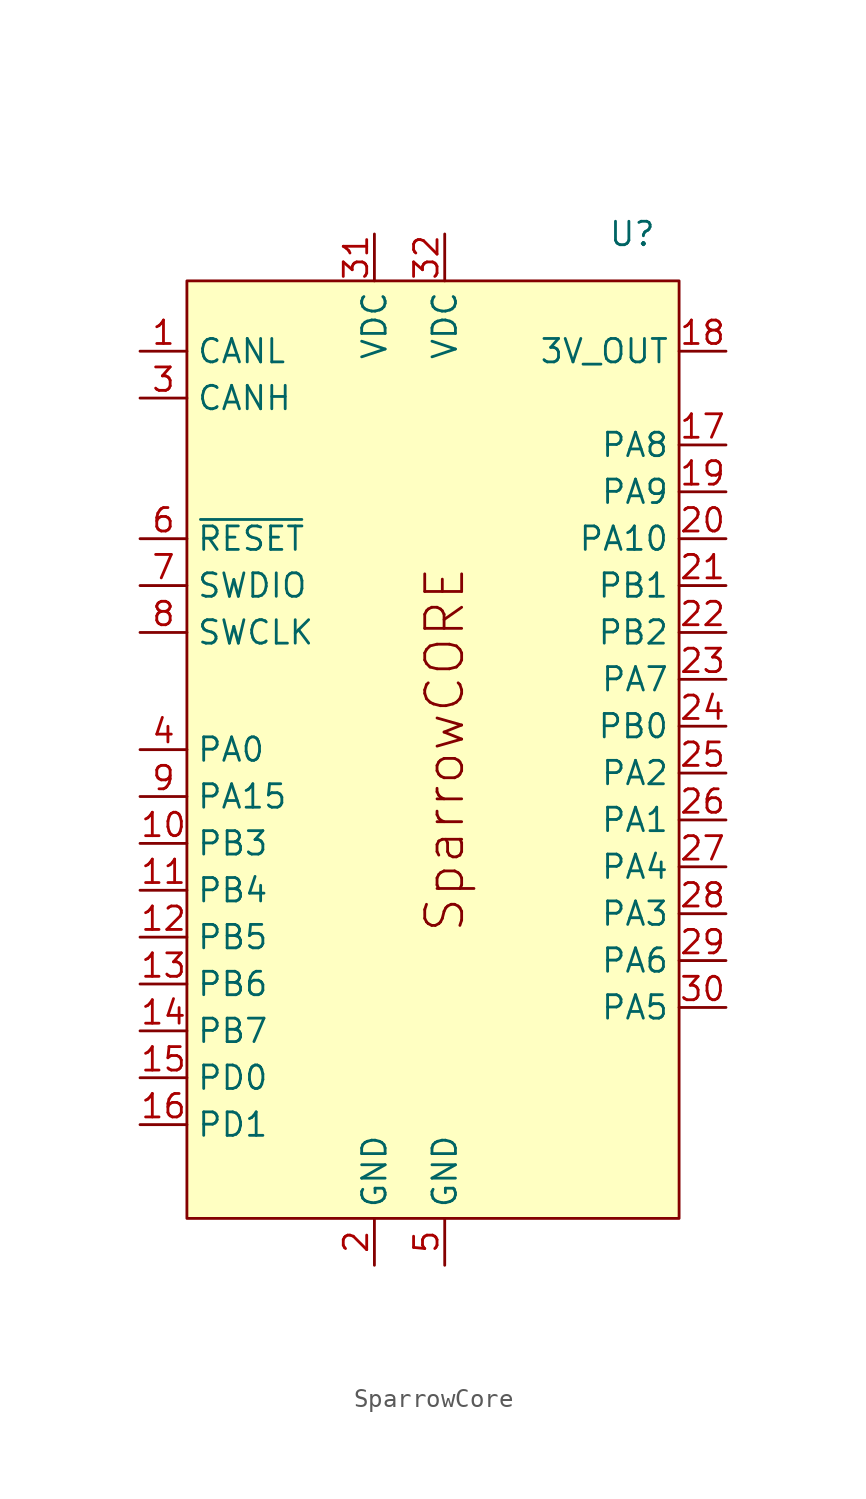
<source format=kicad_sym>
(kicad_symbol_lib
  (version 20220914)
  (generator kicad_symbol_editor)
  (symbol "SparrowCore"
    (property "Reference" "U"
      (at 10.16 2.54 0)
      (effects (font (size 1.27 1.27))))
    (property "Value" ""
      (at -5.08 5.08 0)
      (effects (font (size 1.27 1.27))))
    (symbol "SparrowCore_1_1"
      (rectangle (start -13.97 0) (end 12.7 -50.8) (stroke (width 0) (type default)) (fill (type background)))
      (text "SparrowCORE" (at 0 -25.4 900) (effects (font (size 2 2) (color 132 0 0 1))))
      (pin bidirectional line (at -16.51 -3.81 0) (length 2.54) (name "CANL" (effects (font (size 1.27 1.27)))) (number "1" (effects (font (size 1.27 1.27)))))
      (pin bidirectional line (at -16.51 -30.48 0) (length 2.54) (name "PB3" (effects (font (size 1.27 1.27)))) (number "10" (effects (font (size 1.27 1.27)))))
      (pin bidirectional line (at -16.51 -33.02 0) (length 2.54) (name "PB4" (effects (font (size 1.27 1.27)))) (number "11" (effects (font (size 1.27 1.27)))))
      (pin bidirectional line (at -16.51 -35.56 0) (length 2.54) (name "PB5" (effects (font (size 1.27 1.27)))) (number "12" (effects (font (size 1.27 1.27)))))
      (pin bidirectional line (at -16.51 -38.1 0) (length 2.54) (name "PB6" (effects (font (size 1.27 1.27)))) (number "13" (effects (font (size 1.27 1.27)))))
      (pin bidirectional line (at -16.51 -40.64 0) (length 2.54) (name "PB7" (effects (font (size 1.27 1.27)))) (number "14" (effects (font (size 1.27 1.27)))))
      (pin bidirectional line (at -16.51 -43.18 0) (length 2.54) (name "PD0" (effects (font (size 1.27 1.27)))) (number "15" (effects (font (size 1.27 1.27)))))
      (pin bidirectional line (at -16.51 -45.72 0) (length 2.54) (name "PD1" (effects (font (size 1.27 1.27)))) (number "16" (effects (font (size 1.27 1.27)))))
      (pin bidirectional line (at 15.24 -8.89 180) (length 2.54) (name "PA8" (effects (font (size 1.27 1.27)))) (number "17" (effects (font (size 1.27 1.27)))))
      (pin power_out line (at 15.24 -3.81 180) (length 2.54) (name "3V_OUT" (effects (font (size 1.27 1.27)))) (number "18" (effects (font (size 1.27 1.27)))))
      (pin bidirectional line (at 15.24 -11.43 180) (length 2.54) (name "PA9" (effects (font (size 1.27 1.27)))) (number "19" (effects (font (size 1.27 1.27)))))
      (pin power_in line (at -3.81 -53.34 90) (length 2.54) (name "GND" (effects (font (size 1.27 1.27)))) (number "2" (effects (font (size 1.27 1.27)))))
      (pin bidirectional line (at 15.24 -13.97 180) (length 2.54) (name "PA10" (effects (font (size 1.27 1.27)))) (number "20" (effects (font (size 1.27 1.27)))))
      (pin bidirectional line (at 15.24 -16.51 180) (length 2.54) (name "PB1" (effects (font (size 1.27 1.27)))) (number "21" (effects (font (size 1.27 1.27)))))
      (pin bidirectional line (at 15.24 -19.05 180) (length 2.54) (name "PB2" (effects (font (size 1.27 1.27)))) (number "22" (effects (font (size 1.27 1.27)))))
      (pin bidirectional line (at 15.24 -21.59 180) (length 2.54) (name "PA7" (effects (font (size 1.27 1.27)))) (number "23" (effects (font (size 1.27 1.27)))))
      (pin bidirectional line (at 15.24 -24.13 180) (length 2.54) (name "PB0" (effects (font (size 1.27 1.27)))) (number "24" (effects (font (size 1.27 1.27)))))
      (pin bidirectional line (at 15.24 -26.67 180) (length 2.54) (name "PA2" (effects (font (size 1.27 1.27)))) (number "25" (effects (font (size 1.27 1.27)))))
      (pin bidirectional line (at 15.24 -29.21 180) (length 2.54) (name "PA1" (effects (font (size 1.27 1.27)))) (number "26" (effects (font (size 1.27 1.27)))))
      (pin bidirectional line (at 15.24 -31.75 180) (length 2.54) (name "PA4" (effects (font (size 1.27 1.27)))) (number "27" (effects (font (size 1.27 1.27)))))
      (pin bidirectional line (at 15.24 -34.29 180) (length 2.54) (name "PA3" (effects (font (size 1.27 1.27)))) (number "28" (effects (font (size 1.27 1.27)))))
      (pin bidirectional line (at 15.24 -36.83 180) (length 2.54) (name "PA6" (effects (font (size 1.27 1.27)))) (number "29" (effects (font (size 1.27 1.27)))))
      (pin bidirectional line (at -16.51 -6.35 0) (length 2.54) (name "CANH" (effects (font (size 1.27 1.27)))) (number "3" (effects (font (size 1.27 1.27)))))
      (pin bidirectional line (at 15.24 -39.37 180) (length 2.54) (name "PA5" (effects (font (size 1.27 1.27)))) (number "30" (effects (font (size 1.27 1.27)))))
      (pin power_in line (at -3.81 2.54 270) (length 2.54) (name "VDC" (effects (font (size 1.27 1.27)))) (number "31" (effects (font (size 1.27 1.27)))))
      (pin power_in line (at 0 2.54 270) (length 2.54) (name "VDC" (effects (font (size 1.27 1.27)))) (number "32" (effects (font (size 1.27 1.27)))))
      (pin bidirectional line (at -16.51 -25.4 0) (length 2.54) (name "PA0" (effects (font (size 1.27 1.27)))) (number "4" (effects (font (size 1.27 1.27)))))
      (pin power_in line (at 0 -53.34 90) (length 2.54) (name "GND" (effects (font (size 1.27 1.27)))) (number "5" (effects (font (size 1.27 1.27)))))
      (pin bidirectional line (at -16.51 -13.97 0) (length 2.54) (name "~{RESET}" (effects (font (size 1.27 1.27)))) (number "6" (effects (font (size 1.27 1.27)))))
      (pin bidirectional line (at -16.51 -16.51 0) (length 2.54) (name "SWDIO" (effects (font (size 1.27 1.27)))) (number "7" (effects (font (size 1.27 1.27)))))
      (pin input line (at -16.51 -19.05 0) (length 2.54) (name "SWCLK" (effects (font (size 1.27 1.27)))) (number "8" (effects (font (size 1.27 1.27)))))
      (pin bidirectional line (at -16.51 -27.94 0) (length 2.54) (name "PA15" (effects (font (size 1.27 1.27)))) (number "9" (effects (font (size 1.27 1.27))))))))
</source>
